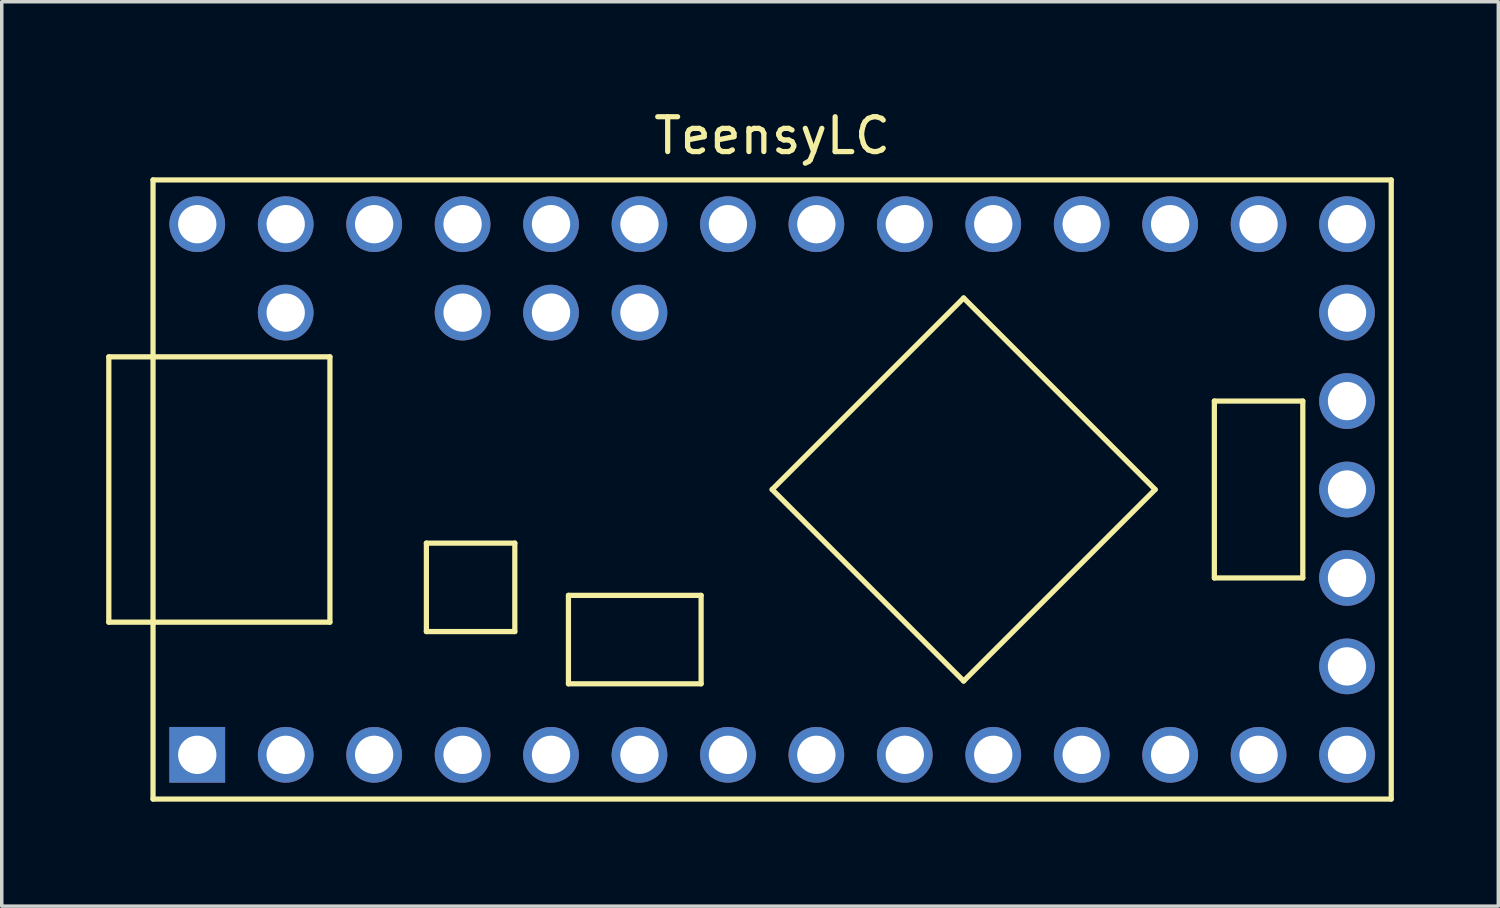
<source format=kicad_pcb>
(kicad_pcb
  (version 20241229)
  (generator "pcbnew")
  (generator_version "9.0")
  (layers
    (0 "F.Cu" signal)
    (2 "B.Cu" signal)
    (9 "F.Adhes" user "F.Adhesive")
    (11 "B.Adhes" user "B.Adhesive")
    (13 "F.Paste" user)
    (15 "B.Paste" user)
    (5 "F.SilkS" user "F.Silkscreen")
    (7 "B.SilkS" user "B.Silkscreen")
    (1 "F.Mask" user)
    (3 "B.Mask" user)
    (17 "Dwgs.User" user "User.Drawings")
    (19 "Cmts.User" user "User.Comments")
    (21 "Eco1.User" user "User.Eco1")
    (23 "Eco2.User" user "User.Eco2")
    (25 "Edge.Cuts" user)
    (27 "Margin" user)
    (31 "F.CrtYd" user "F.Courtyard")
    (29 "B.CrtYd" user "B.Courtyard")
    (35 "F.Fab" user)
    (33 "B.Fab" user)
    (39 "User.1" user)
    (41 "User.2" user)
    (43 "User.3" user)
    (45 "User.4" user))
  (footprint "TeensyLC"
    (layer "F.Cu")
    (at 19.125 11.008)
    (property "Reference" "TeensyLC" (at 0 -10.16 0) (layer "F.SilkS") (effects (font (size 1 1) (thickness 0.15))))
    (attr through_hole)
    (fp_line (start -19.05 -3.81) (end -17.78 -3.81) (stroke (width 0.15) (type solid)) (layer "F.SilkS"))
    (fp_line (start -19.05 3.81) (end -19.05 -3.81) (stroke (width 0.15) (type solid)) (layer "F.SilkS"))
    (fp_line (start -17.78 -8.89) (end 17.78 -8.89) (stroke (width 0.15) (type solid)) (layer "F.SilkS"))
    (fp_line (start -17.78 3.81) (end -19.05 3.81) (stroke (width 0.15) (type solid)) (layer "F.SilkS"))
    (fp_line (start -17.78 8.89) (end -17.78 -8.89) (stroke (width 0.15) (type solid)) (layer "F.SilkS"))
    (fp_line (start -12.7 -3.81) (end -17.78 -3.81) (stroke (width 0.15) (type solid)) (layer "F.SilkS"))
    (fp_line (start -12.7 3.81) (end -17.78 3.81) (stroke (width 0.15) (type solid)) (layer "F.SilkS"))
    (fp_line (start -12.7 3.81) (end -12.7 -3.81) (stroke (width 0.15) (type solid)) (layer "F.SilkS"))
    (fp_line (start -9.93 1.54) (end -9.93 4.08) (stroke (width 0.15) (type solid)) (layer "F.SilkS"))
    (fp_line (start -9.93 4.08) (end -7.39 4.08) (stroke (width 0.15) (type solid)) (layer "F.SilkS"))
    (fp_line (start -7.39 1.54) (end -9.93 1.54) (stroke (width 0.15) (type solid)) (layer "F.SilkS"))
    (fp_line (start -7.39 4.08) (end -7.39 1.54) (stroke (width 0.15) (type solid)) (layer "F.SilkS"))
    (fp_line (start -5.85 3.04) (end -5.85 5.58) (stroke (width 0.15) (type solid)) (layer "F.SilkS"))
    (fp_line (start -5.85 5.58) (end -2.04 5.58) (stroke (width 0.15) (type solid)) (layer "F.SilkS"))
    (fp_line (start -2.04 3.04) (end -5.85 3.04) (stroke (width 0.15) (type solid)) (layer "F.SilkS"))
    (fp_line (start -2.04 5.58) (end -2.04 3.04) (stroke (width 0.15) (type solid)) (layer "F.SilkS"))
    (fp_line (start 5.5 -5.5) (end 0 0) (stroke (width 0.15) (type solid)) (layer "F.SilkS"))
    (fp_line (start 5.5 5.5) (end 0 0) (stroke (width 0.15) (type solid)) (layer "F.SilkS"))
    (fp_line (start 5.5 5.5) (end 11 0) (stroke (width 0.15) (type solid)) (layer "F.SilkS"))
    (fp_line (start 11 0) (end 5.5 -5.5) (stroke (width 0.15) (type solid)) (layer "F.SilkS"))
    (fp_line (start 12.7 -2.54) (end 15.24 -2.54) (stroke (width 0.15) (type solid)) (layer "F.SilkS"))
    (fp_line (start 12.7 2.54) (end 12.7 -2.54) (stroke (width 0.15) (type solid)) (layer "F.SilkS"))
    (fp_line (start 15.24 -2.54) (end 15.24 2.54) (stroke (width 0.15) (type solid)) (layer "F.SilkS"))
    (fp_line (start 15.24 2.54) (end 12.7 2.54) (stroke (width 0.15) (type solid)) (layer "F.SilkS"))
    (fp_line (start 17.78 -8.89) (end 17.78 8.89) (stroke (width 0.15) (type solid)) (layer "F.SilkS"))
    (fp_line (start 17.78 8.89) (end -17.78 8.89) (stroke (width 0.15) (type solid)) (layer "F.SilkS"))
    (pad "1" thru_hole rect (at -16.51 7.62) (size 1.6 1.6) (drill 1.1) (layers "*.Cu" "*.Mask"))
    (pad "2" thru_hole circle (at -13.97 7.62) (size 1.6 1.6) (drill 1.1) (layers "*.Cu" "*.Mask"))
    (pad "3" thru_hole circle (at -11.43 7.62) (size 1.6 1.6) (drill 1.1) (layers "*.Cu" "*.Mask"))
    (pad "4" thru_hole circle (at -8.89 7.62) (size 1.6 1.6) (drill 1.1) (layers "*.Cu" "*.Mask"))
    (pad "5" thru_hole circle (at -6.35 7.62) (size 1.6 1.6) (drill 1.1) (layers "*.Cu" "*.Mask"))
    (pad "6" thru_hole circle (at -3.81 7.62) (size 1.6 1.6) (drill 1.1) (layers "*.Cu" "*.Mask"))
    (pad "7" thru_hole circle (at -1.27 7.62) (size 1.6 1.6) (drill 1.1) (layers "*.Cu" "*.Mask"))
    (pad "8" thru_hole circle (at 1.27 7.62) (size 1.6 1.6) (drill 1.1) (layers "*.Cu" "*.Mask"))
    (pad "9" thru_hole circle (at 3.81 7.62) (size 1.6 1.6) (drill 1.1) (layers "*.Cu" "*.Mask"))
    (pad "10" thru_hole circle (at 6.35 7.62) (size 1.6 1.6) (drill 1.1) (layers "*.Cu" "*.Mask"))
    (pad "11" thru_hole circle (at 8.89 7.62) (size 1.6 1.6) (drill 1.1) (layers "*.Cu" "*.Mask"))
    (pad "12" thru_hole circle (at 11.43 7.62) (size 1.6 1.6) (drill 1.1) (layers "*.Cu" "*.Mask"))
    (pad "13" thru_hole circle (at 13.97 7.62) (size 1.6 1.6) (drill 1.1) (layers "*.Cu" "*.Mask"))
    (pad "14" thru_hole circle (at 16.51 7.62) (size 1.6 1.6) (drill 1.1) (layers "*.Cu" "*.Mask"))
    (pad "15" thru_hole circle (at 16.51 5.08) (size 1.6 1.6) (drill 1.1) (layers "*.Cu" "*.Mask"))
    (pad "16" thru_hole circle (at 16.51 2.54) (size 1.6 1.6) (drill 1.1) (layers "*.Cu" "*.Mask"))
    (pad "17" thru_hole circle (at 16.51 0) (size 1.6 1.6) (drill 1.1) (layers "*.Cu" "*.Mask"))
    (pad "18" thru_hole circle (at 16.51 -2.54) (size 1.6 1.6) (drill 1.1) (layers "*.Cu" "*.Mask"))
    (pad "19" thru_hole circle (at 16.51 -5.08) (size 1.6 1.6) (drill 1.1) (layers "*.Cu" "*.Mask"))
    (pad "20" thru_hole circle (at 16.51 -7.62) (size 1.6 1.6) (drill 1.1) (layers "*.Cu" "*.Mask"))
    (pad "21" thru_hole circle (at 13.97 -7.62) (size 1.6 1.6) (drill 1.1) (layers "*.Cu" "*.Mask"))
    (pad "22" thru_hole circle (at 11.43 -7.62) (size 1.6 1.6) (drill 1.1) (layers "*.Cu" "*.Mask"))
    (pad "23" thru_hole circle (at 8.89 -7.62) (size 1.6 1.6) (drill 1.1) (layers "*.Cu" "*.Mask"))
    (pad "24" thru_hole circle (at 6.35 -7.62) (size 1.6 1.6) (drill 1.1) (layers "*.Cu" "*.Mask"))
    (pad "25" thru_hole circle (at 3.81 -7.62) (size 1.6 1.6) (drill 1.1) (layers "*.Cu" "*.Mask"))
    (pad "26" thru_hole circle (at 1.27 -7.62) (size 1.6 1.6) (drill 1.1) (layers "*.Cu" "*.Mask"))
    (pad "27" thru_hole circle (at -1.27 -7.62) (size 1.6 1.6) (drill 1.1) (layers "*.Cu" "*.Mask"))
    (pad "28" thru_hole circle (at -3.81 -7.62) (size 1.6 1.6) (drill 1.1) (layers "*.Cu" "*.Mask"))
    (pad "29" thru_hole circle (at -6.35 -7.62) (size 1.6 1.6) (drill 1.1) (layers "*.Cu" "*.Mask"))
    (pad "30" thru_hole circle (at -8.89 -7.62) (size 1.6 1.6) (drill 1.1) (layers "*.Cu" "*.Mask"))
    (pad "31" thru_hole circle (at -11.43 -7.62) (size 1.6 1.6) (drill 1.1) (layers "*.Cu" "*.Mask"))
    (pad "32" thru_hole circle (at -13.97 -7.62) (size 1.6 1.6) (drill 1.1) (layers "*.Cu" "*.Mask"))
    (pad "33" thru_hole circle (at -16.51 -7.62) (size 1.6 1.6) (drill 1.1) (layers "*.Cu" "*.Mask"))
    (pad "34" thru_hole circle (at -13.97 -5.08) (size 1.6 1.6) (drill 1.1) (layers "*.Cu" "*.Mask"))
    (pad "35" thru_hole circle (at -8.89 -5.08) (size 1.6 1.6) (drill 1.1) (layers "*.Cu" "*.Mask"))
    (pad "36" thru_hole circle (at -6.35 -5.08) (size 1.6 1.6) (drill 1.1) (layers "*.Cu" "*.Mask"))
    (pad "37" thru_hole circle (at -3.81 -5.08) (size 1.6 1.6) (drill 1.1) (layers "*.Cu" "*.Mask")))
  (gr_rect
    (start -3 -3)
    (end 39.98 22.973)
    (stroke (width 0.1) (type default))
    (fill no)
    (layer "Edge.Cuts")))
</source>
